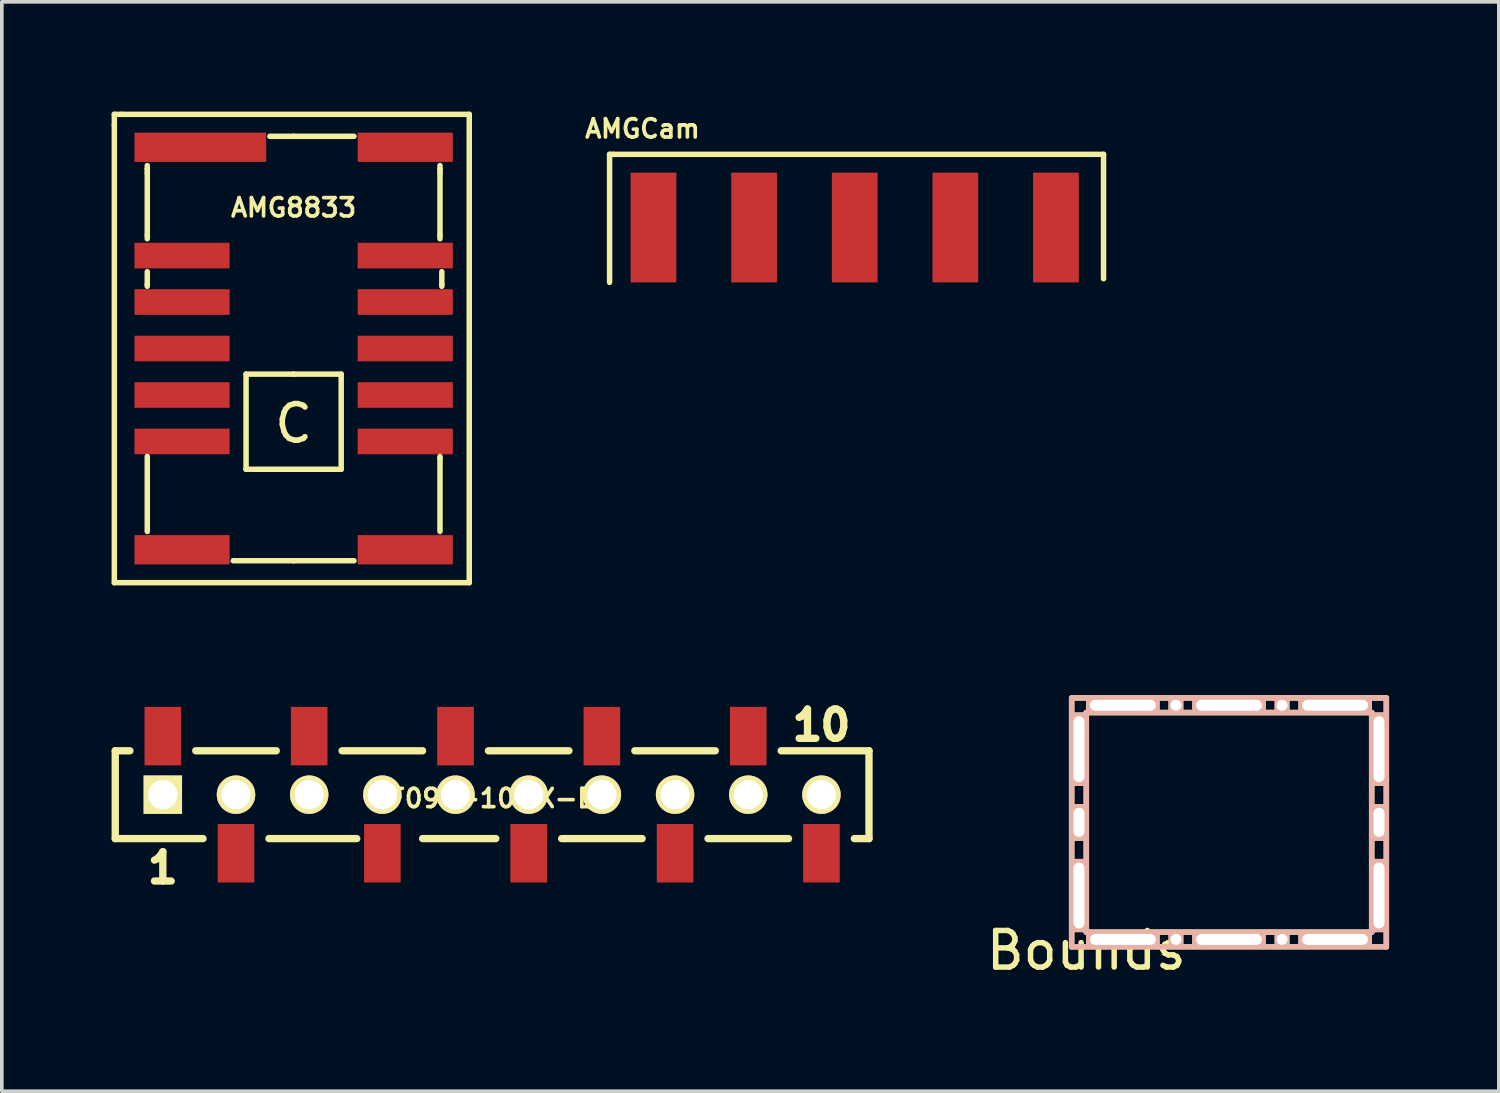
<source format=kicad_pcb>
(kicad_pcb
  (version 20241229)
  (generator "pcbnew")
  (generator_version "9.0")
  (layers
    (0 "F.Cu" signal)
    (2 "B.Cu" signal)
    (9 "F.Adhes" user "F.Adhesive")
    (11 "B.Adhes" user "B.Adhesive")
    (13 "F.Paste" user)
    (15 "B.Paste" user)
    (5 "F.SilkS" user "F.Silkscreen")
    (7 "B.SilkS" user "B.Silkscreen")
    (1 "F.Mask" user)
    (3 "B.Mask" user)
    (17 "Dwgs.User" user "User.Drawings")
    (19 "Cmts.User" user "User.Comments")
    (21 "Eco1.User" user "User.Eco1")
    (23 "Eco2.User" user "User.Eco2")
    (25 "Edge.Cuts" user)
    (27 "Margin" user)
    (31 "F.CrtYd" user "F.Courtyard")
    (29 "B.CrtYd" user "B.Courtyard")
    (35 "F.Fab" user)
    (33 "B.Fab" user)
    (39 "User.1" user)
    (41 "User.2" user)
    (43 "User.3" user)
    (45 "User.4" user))
  (footprint "Bounds"
    (layer "F.Cu")
    (at 26.639 22.425)
    (property "Reference" "Bounds" (at 0 0.5 0) (layer "F.SilkS") (effects (font (size 1 1) (thickness 0.15))))
    (attr through_hole)
    (fp_line (start -0.4 -6.4) (end -0.4 0.4) (stroke (width 0.15) (type solid)) (layer "F.SilkS"))
    (fp_line (start -0.4 0.4) (end 8.2 0.4) (stroke (width 0.15) (type solid)) (layer "F.SilkS"))
    (fp_line (start 0 -6) (end 7.8 -6) (stroke (width 0.15) (type solid)) (layer "F.SilkS"))
    (fp_line (start 0 0) (end 0 -6) (stroke (width 0.15) (type solid)) (layer "F.SilkS"))
    (fp_line (start 7.8 -6) (end 7.8 0) (stroke (width 0.15) (type solid)) (layer "F.SilkS"))
    (fp_line (start 7.8 0) (end 0 0) (stroke (width 0.15) (type solid)) (layer "F.SilkS"))
    (fp_line (start 8.2 -6.4) (end -0.4 -6.4) (stroke (width 0.15) (type solid)) (layer "F.SilkS"))
    (fp_line (start 8.2 0.4) (end 8.2 -6.4) (stroke (width 0.15) (type solid)) (layer "F.SilkS"))
    (fp_line (start -0.4 -6.4) (end 8.2 -6.4) (stroke (width 0.15) (type solid)) (layer "B.SilkS"))
    (fp_line (start -0.4 0.4) (end -0.4 -6.4) (stroke (width 0.15) (type solid)) (layer "B.SilkS"))
    (fp_line (start 0 -6) (end 7.8 -6) (stroke (width 0.15) (type solid)) (layer "B.SilkS"))
    (fp_line (start 0 0) (end 0 -6) (stroke (width 0.15) (type solid)) (layer "B.SilkS"))
    (fp_line (start 7.8 -6) (end 7.8 0) (stroke (width 0.15) (type solid)) (layer "B.SilkS"))
    (fp_line (start 7.8 0) (end 0 0) (stroke (width 0.15) (type solid)) (layer "B.SilkS"))
    (fp_line (start 8.2 -6.4) (end 8.2 0.4) (stroke (width 0.15) (type solid)) (layer "B.SilkS"))
    (fp_line (start 8.2 0.4) (end -0.4 0.4) (stroke (width 0.15) (type solid)) (layer "B.SilkS"))
    (pad "" thru_hole rect (at -0.2 -5) (size 0.4 2) (drill oval 0.3 1.8) (layers "*.Cu" "*.Paste" "*.SilkS" "*.Mask"))
    (pad "" thru_hole rect (at -0.2 -3) (size 0.4 1) (drill oval 0.3 0.8) (layers "*.Cu" "*.Paste" "*.SilkS" "*.Mask"))
    (pad "" thru_hole rect (at -0.2 -1) (size 0.4 2) (drill oval 0.3 1.8) (layers "*.Cu" "*.Paste" "*.SilkS" "*.Mask"))
    (pad "" thru_hole rect (at 1 -6.2 90) (size 0.4 2) (drill oval 0.3 1.8) (layers "*.Cu" "*.Paste" "*.SilkS" "*.Mask"))
    (pad "" thru_hole rect (at 1 0.2 90) (size 0.4 2) (drill oval 0.3 1.8) (layers "*.Cu" "*.Paste" "*.SilkS" "*.Mask"))
    (pad "" thru_hole rect (at 2.45 -6.2) (size 0.4 0.4) (drill oval 0.3) (layers "*.Cu" "*.Paste" "*.SilkS" "*.Mask"))
    (pad "" thru_hole rect (at 2.45 0.2) (size 0.4 0.4) (drill oval 0.3) (layers "*.Cu" "*.Paste" "*.SilkS" "*.Mask"))
    (pad "" thru_hole rect (at 3.9 -6.2 90) (size 0.4 2) (drill oval 0.3 1.8) (layers "*.Cu" "*.Paste" "*.SilkS" "*.Mask"))
    (pad "" thru_hole rect (at 3.9 0.2 90) (size 0.4 2) (drill oval 0.3 1.8) (layers "*.Cu" "*.Paste" "*.SilkS" "*.Mask"))
    (pad "" thru_hole rect (at 5.35 -6.2) (size 0.4 0.4) (drill oval 0.3) (layers "*.Cu" "*.Paste" "*.SilkS" "*.Mask"))
    (pad "" thru_hole rect (at 5.35 0.2) (size 0.4 0.4) (drill oval 0.3) (layers "*.Cu" "*.Paste" "*.SilkS" "*.Mask"))
    (pad "" thru_hole rect (at 6.8 -6.2 90) (size 0.4 2) (drill oval 0.3 1.8) (layers "*.Cu" "*.Paste" "*.SilkS" "*.Mask"))
    (pad "" thru_hole rect (at 6.8 0.2 90) (size 0.4 2) (drill oval 0.3 1.8) (layers "*.Cu" "*.Paste" "*.SilkS" "*.Mask"))
    (pad "" thru_hole rect (at 8 -5) (size 0.4 2) (drill oval 0.3 1.8) (layers "*.Cu" "*.Paste" "*.SilkS" "*.Mask"))
    (pad "" thru_hole rect (at 8 -3) (size 0.4 1) (drill oval 0.3 0.8) (layers "*.Cu" "*.Paste" "*.SilkS" "*.Mask"))
    (pad "" thru_hole rect (at 8 -1) (size 0.4 2) (drill oval 0.3 1.8) (layers "*.Cu" "*.Paste" "*.SilkS" "*.Mask")))
  (footprint "AMG8833"
    (layer "F.Cu")
    (at 4.975 6.475)
    (property "Reference" "AMG8833" (at 0 -3.85 0) (layer "F.SilkS") (effects (font (size 0.5 0.5) (thickness 0.1))))
    (attr through_hole)
    (fp_line (start -4.9 -6.4) (end -4.7 -6.4) (stroke (width 0.15) (type solid)) (layer "F.SilkS"))
    (fp_line (start -4.9 -6.1) (end -4.9 -6.4) (stroke (width 0.15) (type solid)) (layer "F.SilkS"))
    (fp_line (start -4.9 6.4) (end -4.9 -6.1) (stroke (width 0.15) (type solid)) (layer "F.SilkS"))
    (fp_line (start -4.7 -6.4) (end 4.8 -6.4) (stroke (width 0.15) (type solid)) (layer "F.SilkS"))
    (fp_line (start -4 -4.9) (end -4 -5) (stroke (width 0.15) (type solid)) (layer "F.SilkS"))
    (fp_line (start -4 -4.8) (end -4 -4.9) (stroke (width 0.15) (type solid)) (layer "F.SilkS"))
    (fp_line (start -4 -3.1) (end -4 -4.8) (stroke (width 0.15) (type solid)) (layer "F.SilkS"))
    (fp_line (start -4 -3.1) (end -4 -3) (stroke (width 0.15) (type solid)) (layer "F.SilkS"))
    (fp_line (start -4 -2.1) (end -4 -1.75) (stroke (width 0.15) (type solid)) (layer "F.SilkS"))
    (fp_line (start -4 -1.75) (end -4 -1.7) (stroke (width 0.15) (type solid)) (layer "F.SilkS"))
    (fp_line (start -4 2.95) (end -4 5) (stroke (width 0.15) (type solid)) (layer "F.SilkS"))
    (fp_line (start -1.3 0.7) (end 0 0.7) (stroke (width 0.15) (type solid)) (layer "F.SilkS"))
    (fp_line (start -1.3 3.3) (end -1.3 0.7) (stroke (width 0.15) (type solid)) (layer "F.SilkS"))
    (fp_line (start 0 -5.8) (end -0.65 -5.8) (stroke (width 0.15) (type solid)) (layer "F.SilkS"))
    (fp_line (start 0 -5.8) (end 1.65 -5.8) (stroke (width 0.15) (type solid)) (layer "F.SilkS"))
    (fp_line (start 0 0.7) (end 1.3 0.7) (stroke (width 0.15) (type solid)) (layer "F.SilkS"))
    (fp_line (start 0 5.8) (end -1.65 5.8) (stroke (width 0.15) (type solid)) (layer "F.SilkS"))
    (fp_line (start 0 5.8) (end 1.65 5.8) (stroke (width 0.15) (type solid)) (layer "F.SilkS"))
    (fp_line (start 1.3 0.7) (end 1.3 3.3) (stroke (width 0.15) (type solid)) (layer "F.SilkS"))
    (fp_line (start 1.3 3.3) (end -1.3 3.3) (stroke (width 0.15) (type solid)) (layer "F.SilkS"))
    (fp_line (start 4 -4.9) (end 4 -5) (stroke (width 0.15) (type solid)) (layer "F.SilkS"))
    (fp_line (start 4 -4.8) (end 4 -4.9) (stroke (width 0.15) (type solid)) (layer "F.SilkS"))
    (fp_line (start 4 -4.8) (end 4 -3.1) (stroke (width 0.15) (type solid)) (layer "F.SilkS"))
    (fp_line (start 4 -3.1) (end 4 -3) (stroke (width 0.15) (type solid)) (layer "F.SilkS"))
    (fp_line (start 4 3) (end 4 2.95) (stroke (width 0.15) (type solid)) (layer "F.SilkS"))
    (fp_line (start 4 3) (end 4 5) (stroke (width 0.15) (type solid)) (layer "F.SilkS"))
    (fp_line (start 4.05 -2.1) (end 4.05 -1.75) (stroke (width 0.15) (type solid)) (layer "F.SilkS"))
    (fp_line (start 4.05 -1.75) (end 4.05 -1.7) (stroke (width 0.15) (type solid)) (layer "F.SilkS"))
    (fp_line (start 4.8 -6.4) (end 4.8 6.4) (stroke (width 0.15) (type solid)) (layer "F.SilkS"))
    (fp_line (start 4.8 6.4) (end -4.9 6.4) (stroke (width 0.15) (type solid)) (layer "F.SilkS"))
    (fp_text user "C" (at 0 2.05 0) (layer "F.SilkS") (effects (font (size 1 1) (thickness 0.15))))
    (pad "1" smd rect (at -2.55 -5.5 90) (size 0.8 3.6) (layers "F.Cu" "F.Mask" "F.Paste"))
    (pad "2" smd rect (at -3.05 -2.54 90) (size 0.7 2.6) (layers "F.Cu" "F.Mask" "F.Paste"))
    (pad "3" smd rect (at -3.05 -1.27 90) (size 0.7 2.6) (layers "F.Cu" "F.Mask" "F.Paste"))
    (pad "4" smd rect (at -3.05 0 90) (size 0.7 2.6) (layers "F.Cu" "F.Mask" "F.Paste"))
    (pad "5" smd rect (at -3.05 1.27 90) (size 0.7 2.6) (layers "F.Cu" "F.Mask" "F.Paste"))
    (pad "6" smd rect (at -3.05 2.54 90) (size 0.7 2.6) (layers "F.Cu" "F.Mask" "F.Paste"))
    (pad "7" smd rect (at -3.05 5.5 90) (size 0.8 2.6) (layers "F.Cu" "F.Mask" "F.Paste"))
    (pad "8" smd rect (at 3.05 5.5 90) (size 0.8 2.6) (layers "F.Cu" "F.Mask" "F.Paste"))
    (pad "9" smd rect (at 3.05 2.54 90) (size 0.7 2.6) (layers "F.Cu" "F.Mask" "F.Paste"))
    (pad "10" smd rect (at 3.05 1.27 90) (size 0.7 2.6) (layers "F.Cu" "F.Mask" "F.Paste"))
    (pad "11" smd rect (at 3.05 0 90) (size 0.7 2.6) (layers "F.Cu" "F.Mask" "F.Paste"))
    (pad "12" smd rect (at 3.05 -1.27 90) (size 0.7 2.6) (layers "F.Cu" "F.Mask" "F.Paste"))
    (pad "13" smd rect (at 3.05 -2.54 90) (size 0.7 2.6) (layers "F.Cu" "F.Mask" "F.Paste"))
    (pad "14" smd rect (at 3.05 -5.5 90) (size 0.8 2.6) (layers "F.Cu" "F.Mask" "F.Paste")))
  (footprint "BF090-10-X-B2"
    (layer "F.Cu")
    (at 10.4 18.669)
    (property "Reference" "BF090-10-X-B2" (at 0 0.1 0) (layer "F.SilkS") (effects (font (size 0.5 0.5) (thickness 0.1))))
    (attr through_hole)
    (fp_line (start -10.3 -1.2) (end -10.3 1.2) (stroke (width 0.2) (type solid)) (layer "F.SilkS"))
    (fp_line (start -10.3 -1.2) (end -9.9 -1.2) (stroke (width 0.2) (type solid)) (layer "F.SilkS"))
    (fp_line (start -10.3 1.2) (end -7.9 1.2) (stroke (width 0.2) (type solid)) (layer "F.SilkS"))
    (fp_line (start -8.1 -1.2) (end -5.9 -1.2) (stroke (width 0.2) (type solid)) (layer "F.SilkS"))
    (fp_line (start -6.1 1.2) (end -3.7 1.2) (stroke (width 0.2) (type solid)) (layer "F.SilkS"))
    (fp_line (start -4.1 -1.2) (end -1.9 -1.2) (stroke (width 0.2) (type solid)) (layer "F.SilkS"))
    (fp_line (start -1.9 1.2) (end 0.1 1.2) (stroke (width 0.2) (type solid)) (layer "F.SilkS"))
    (fp_line (start -0.1 -1.2) (end 2.1 -1.2) (stroke (width 0.2) (type solid)) (layer "F.SilkS"))
    (fp_line (start 1.9 1.2) (end 4.1 1.2) (stroke (width 0.2) (type solid)) (layer "F.SilkS"))
    (fp_line (start 3.9 -1.2) (end 6.1 -1.2) (stroke (width 0.2) (type solid)) (layer "F.SilkS"))
    (fp_line (start 5.9 1.2) (end 8.1 1.2) (stroke (width 0.2) (type solid)) (layer "F.SilkS"))
    (fp_line (start 7.9 -1.2) (end 10.3 -1.2) (stroke (width 0.2) (type solid)) (layer "F.SilkS"))
    (fp_line (start 10.3 -1.2) (end 10.3 1.2) (stroke (width 0.2) (type solid)) (layer "F.SilkS"))
    (fp_line (start 10.3 1.2) (end 9.9 1.2) (stroke (width 0.2) (type solid)) (layer "F.SilkS"))
    (fp_text user "10" (at 9 -1.9 0) (layer "F.SilkS") (effects (font (size 0.8 0.8) (thickness 0.2))))
    (fp_text user "1" (at -9 2 0) (layer "F.SilkS") (effects (font (size 0.8 0.8) (thickness 0.2))))
    (pad "1" smd rect (at -9 -1.6) (size 1 1.6) (layers "F.Cu" "F.Mask" "F.Paste"))
    (pad "1" smd circle (at -9 0) (size 1.05 1.05) (layers "F.Cu" "F.Mask"))
    (pad "1" thru_hole rect (at -9 0) (size 1.05 1.05) (drill 0.8) (layers "*.Cu" "B.Mask" "F.SilkS"))
    (pad "2" smd circle (at -7 0) (size 1.05 1.05) (layers "F.Cu" "F.Mask"))
    (pad "2" thru_hole circle (at -7 0) (size 1.05 1.05) (drill 0.8) (layers "*.Cu" "B.Mask" "F.SilkS"))
    (pad "2" smd rect (at -7 1.6) (size 1 1.6) (layers "F.Cu" "F.Mask" "F.Paste"))
    (pad "3" smd rect (at -5 -1.6) (size 1 1.6) (layers "F.Cu" "F.Mask" "F.Paste"))
    (pad "3" smd circle (at -5 0) (size 1.05 1.05) (layers "F.Cu" "F.Mask"))
    (pad "3" thru_hole circle (at -5 0) (size 1.05 1.05) (drill 0.8) (layers "*.Cu" "B.Mask" "F.SilkS"))
    (pad "4" smd circle (at -3 0) (size 1.05 1.05) (layers "F.Cu" "F.Mask"))
    (pad "4" thru_hole circle (at -3 0) (size 1.05 1.05) (drill 0.8) (layers "*.Cu" "B.Mask" "F.SilkS"))
    (pad "4" smd rect (at -3 1.6) (size 1 1.6) (layers "F.Cu" "F.Mask" "F.Paste"))
    (pad "5" smd rect (at -1 -1.6) (size 1 1.6) (layers "F.Cu" "F.Mask" "F.Paste"))
    (pad "5" smd circle (at -1 0) (size 1.05 1.05) (layers "F.Cu" "F.Mask"))
    (pad "5" thru_hole circle (at -1 0) (size 1.05 1.05) (drill 0.8) (layers "*.Cu" "B.Mask" "F.SilkS"))
    (pad "6" smd circle (at 1 0) (size 1.05 1.05) (layers "F.Cu" "F.Mask"))
    (pad "6" thru_hole circle (at 1 0) (size 1.05 1.05) (drill 0.8) (layers "*.Cu" "B.Mask" "F.SilkS"))
    (pad "6" smd rect (at 1 1.6) (size 1 1.6) (layers "F.Cu" "F.Mask" "F.Paste"))
    (pad "7" smd rect (at 3 -1.6) (size 1 1.6) (layers "F.Cu" "F.Mask" "F.Paste"))
    (pad "7" smd circle (at 3 0) (size 1.05 1.05) (layers "F.Cu" "F.Mask"))
    (pad "7" thru_hole circle (at 3 0) (size 1.05 1.05) (drill 0.8) (layers "*.Cu" "B.Mask" "F.SilkS"))
    (pad "8" smd circle (at 5 0) (size 1.05 1.05) (layers "F.Cu" "F.Mask"))
    (pad "8" thru_hole circle (at 5 0) (size 1.05 1.05) (drill 0.8) (layers "*.Cu" "B.Mask" "F.SilkS"))
    (pad "8" smd rect (at 5 1.6) (size 1 1.6) (layers "F.Cu" "F.Mask" "F.Paste"))
    (pad "9" smd rect (at 7 -1.6) (size 1 1.6) (layers "F.Cu" "F.Mask" "F.Paste"))
    (pad "9" smd circle (at 7 0) (size 1.05 1.05) (layers "F.Cu" "F.Mask"))
    (pad "9" thru_hole circle (at 7 0) (size 1.05 1.05) (drill 0.8) (layers "*.Cu" "B.Mask" "F.SilkS"))
    (pad "10" smd circle (at 9 0) (size 1.05 1.05) (layers "F.Cu" "F.Mask"))
    (pad "10" thru_hole circle (at 9 0) (size 1.05 1.05) (drill 0.8) (layers "*.Cu" "B.Mask" "F.SilkS"))
    (pad "10" smd rect (at 9 1.6) (size 1 1.6) (layers "F.Cu" "F.Mask" "F.Paste")))
  (footprint "AMGCam"
    (layer "F.Cu")
    (at 20.31 3.168)
    (property "Reference" "AMGCam" (at -5.8 -2.7 0) (layer "F.SilkS") (effects (font (size 0.5 0.5) (thickness 0.1))))
    (attr through_hole)
    (fp_line (start -6.7 -2) (end -6.7 1.5) (stroke (width 0.15) (type solid)) (layer "F.SilkS"))
    (fp_line (start -6.6 -2) (end -6.7 -2) (stroke (width 0.15) (type solid)) (layer "F.SilkS"))
    (fp_line (start 6.8 -2) (end -6.6 -2) (stroke (width 0.15) (type solid)) (layer "F.SilkS"))
    (fp_line (start 6.8 1.4) (end 6.8 -2) (stroke (width 0.15) (type solid)) (layer "F.SilkS"))
    (pad "1" smd rect (at -5.5 0) (size 1.25 3) (layers "F.Cu" "F.Mask" "F.Paste"))
    (pad "2" smd rect (at -2.75 0) (size 1.25 3) (layers "F.Cu" "F.Mask" "F.Paste"))
    (pad "3" smd rect (at 0 0) (size 1.25 3) (layers "F.Cu" "F.Mask" "F.Paste"))
    (pad "4" smd rect (at 2.75 0) (size 1.25 3) (layers "F.Cu" "F.Mask" "F.Paste"))
    (pad "5" smd rect (at 5.5 0) (size 1.25 3) (layers "F.Cu" "F.Mask" "F.Paste")))
  (gr_rect
    (start -3 -3)
    (end 37.914 26.773)
    (stroke (width 0.1) (type default))
    (fill no)
    (layer "Edge.Cuts")))
</source>
